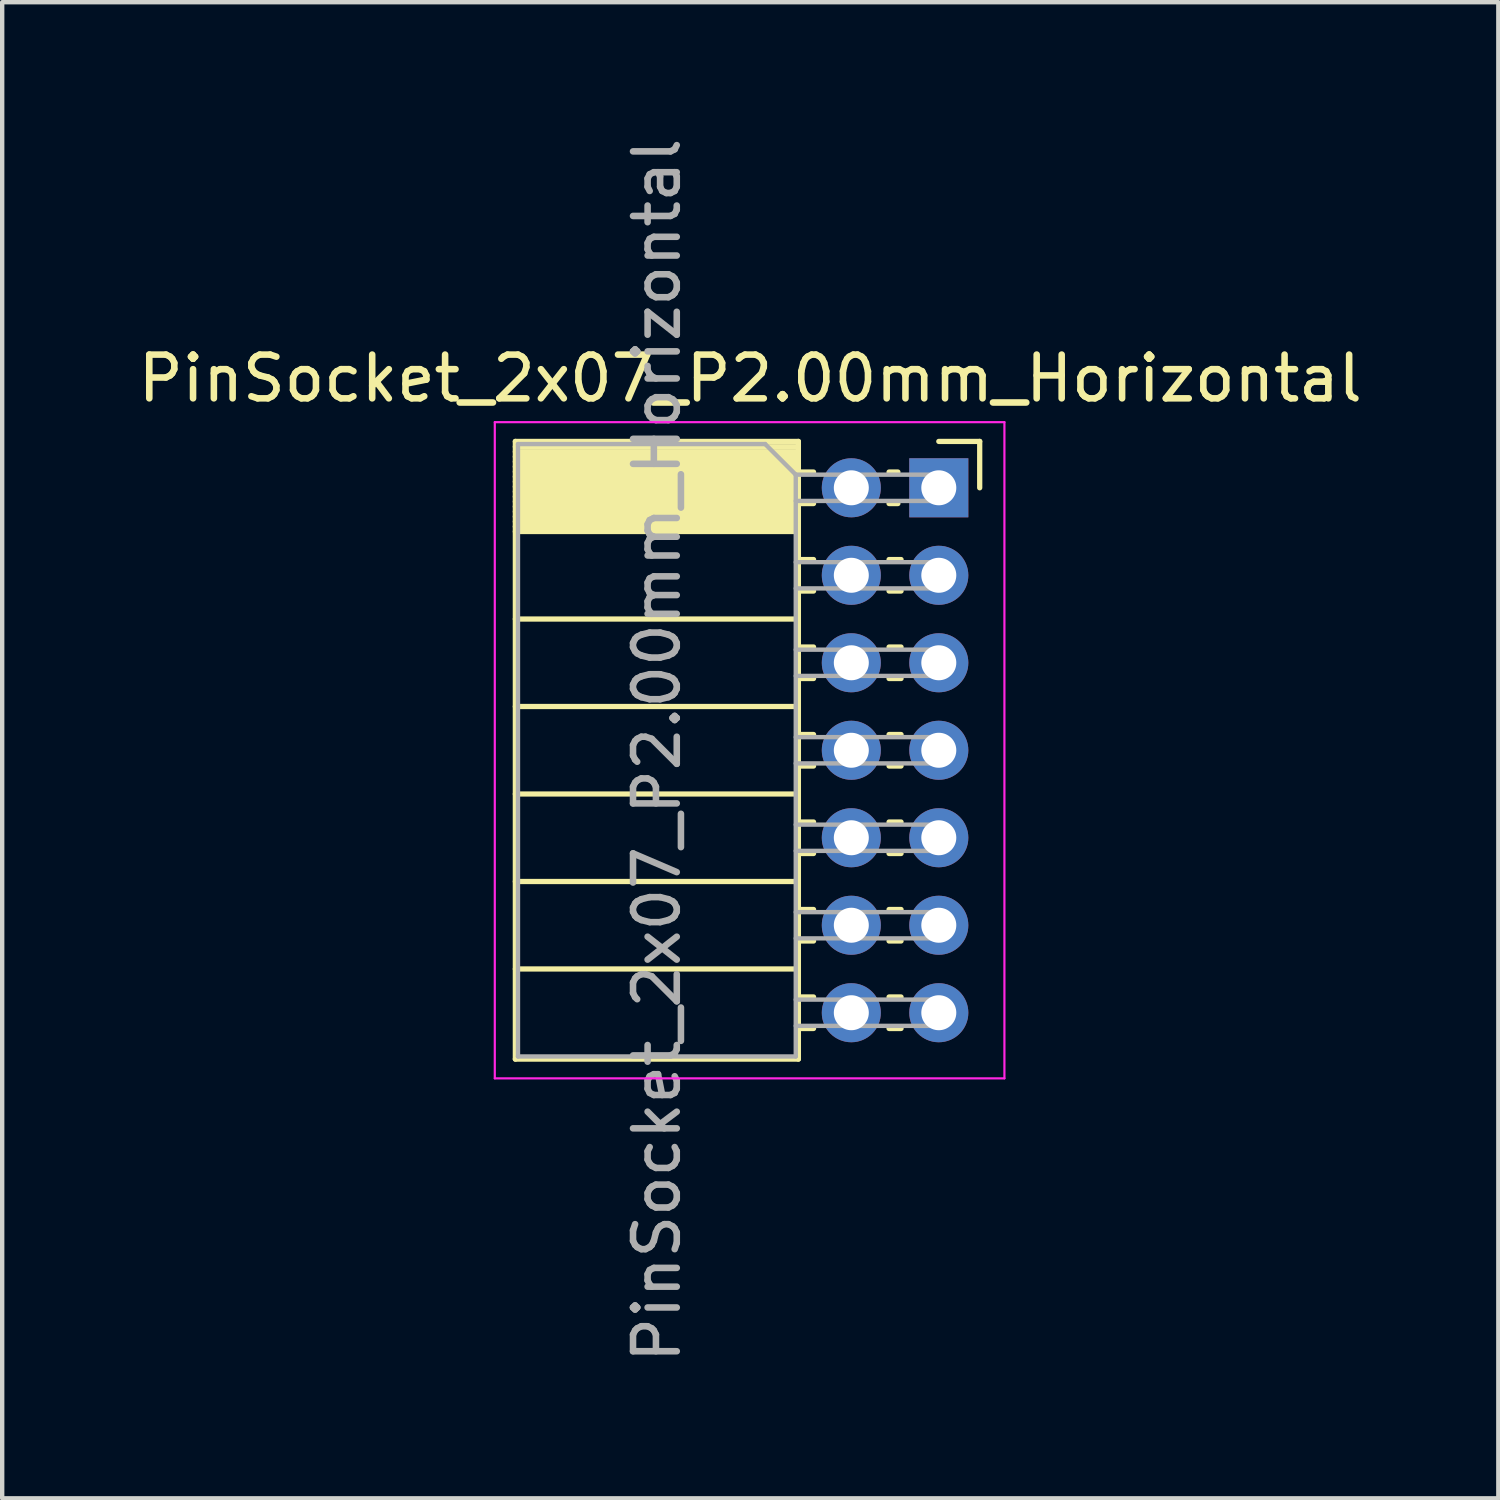
<source format=kicad_pcb>
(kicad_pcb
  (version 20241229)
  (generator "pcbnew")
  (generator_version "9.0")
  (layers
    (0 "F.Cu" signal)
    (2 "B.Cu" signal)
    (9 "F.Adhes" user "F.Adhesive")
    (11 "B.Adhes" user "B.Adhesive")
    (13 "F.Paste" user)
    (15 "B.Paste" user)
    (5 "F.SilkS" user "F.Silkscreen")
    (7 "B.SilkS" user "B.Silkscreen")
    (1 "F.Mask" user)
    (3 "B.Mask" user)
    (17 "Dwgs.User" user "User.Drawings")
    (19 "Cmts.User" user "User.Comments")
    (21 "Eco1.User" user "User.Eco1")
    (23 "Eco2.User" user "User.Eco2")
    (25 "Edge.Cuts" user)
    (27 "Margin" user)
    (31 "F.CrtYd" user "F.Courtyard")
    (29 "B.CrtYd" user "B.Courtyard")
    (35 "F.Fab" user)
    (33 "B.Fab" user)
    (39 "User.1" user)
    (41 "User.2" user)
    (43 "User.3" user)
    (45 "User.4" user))
  (footprint "PinSocket_2x07_P2.00mm_Horizontal"
    (layer "F.Cu")
    (at 18.411 8.101)
    (property "Reference" "PinSocket_2x07_P2.00mm_Horizontal" (at -4.31 -2.5 0) (layer "F.SilkS") (effects (font (size 1 1) (thickness 0.15))))
    (attr through_hole)
    (fp_line (start -9.68 -1.06) (end -9.68 13.06) (stroke (width 0.12) (type solid)) (layer "F.SilkS"))
    (fp_line (start -9.68 -1.06) (end -3.21 -1.06) (stroke (width 0.12) (type solid)) (layer "F.SilkS"))
    (fp_line (start -9.68 -0.94) (end -3.21 -0.94) (stroke (width 0.12) (type solid)) (layer "F.SilkS"))
    (fp_line (start -9.68 -0.826) (end -3.21 -0.826) (stroke (width 0.12) (type solid)) (layer "F.SilkS"))
    (fp_line (start -9.68 -0.712) (end -3.21 -0.712) (stroke (width 0.12) (type solid)) (layer "F.SilkS"))
    (fp_line (start -9.68 -0.598) (end -3.21 -0.598) (stroke (width 0.12) (type solid)) (layer "F.SilkS"))
    (fp_line (start -9.68 -0.484) (end -3.21 -0.484) (stroke (width 0.12) (type solid)) (layer "F.SilkS"))
    (fp_line (start -9.68 -0.369) (end -3.21 -0.369) (stroke (width 0.12) (type solid)) (layer "F.SilkS"))
    (fp_line (start -9.68 -0.255) (end -3.21 -0.255) (stroke (width 0.12) (type solid)) (layer "F.SilkS"))
    (fp_line (start -9.68 -0.141) (end -3.21 -0.141) (stroke (width 0.12) (type solid)) (layer "F.SilkS"))
    (fp_line (start -9.68 -0.027) (end -3.21 -0.027) (stroke (width 0.12) (type solid)) (layer "F.SilkS"))
    (fp_line (start -9.68 0.087) (end -3.21 0.087) (stroke (width 0.12) (type solid)) (layer "F.SilkS"))
    (fp_line (start -9.68 0.201) (end -3.21 0.201) (stroke (width 0.12) (type solid)) (layer "F.SilkS"))
    (fp_line (start -9.68 0.315) (end -3.21 0.315) (stroke (width 0.12) (type solid)) (layer "F.SilkS"))
    (fp_line (start -9.68 0.429) (end -3.21 0.429) (stroke (width 0.12) (type solid)) (layer "F.SilkS"))
    (fp_line (start -9.68 0.544) (end -3.21 0.544) (stroke (width 0.12) (type solid)) (layer "F.SilkS"))
    (fp_line (start -9.68 0.658) (end -3.21 0.658) (stroke (width 0.12) (type solid)) (layer "F.SilkS"))
    (fp_line (start -9.68 0.772) (end -3.21 0.772) (stroke (width 0.12) (type solid)) (layer "F.SilkS"))
    (fp_line (start -9.68 0.886) (end -3.21 0.886) (stroke (width 0.12) (type solid)) (layer "F.SilkS"))
    (fp_line (start -9.68 1) (end -3.21 1) (stroke (width 0.12) (type solid)) (layer "F.SilkS"))
    (fp_line (start -9.68 3) (end -3.21 3) (stroke (width 0.12) (type solid)) (layer "F.SilkS"))
    (fp_line (start -9.68 5) (end -3.21 5) (stroke (width 0.12) (type solid)) (layer "F.SilkS"))
    (fp_line (start -9.68 7) (end -3.21 7) (stroke (width 0.12) (type solid)) (layer "F.SilkS"))
    (fp_line (start -9.68 9) (end -3.21 9) (stroke (width 0.12) (type solid)) (layer "F.SilkS"))
    (fp_line (start -9.68 11) (end -3.21 11) (stroke (width 0.12) (type solid)) (layer "F.SilkS"))
    (fp_line (start -9.68 13.06) (end -3.21 13.06) (stroke (width 0.12) (type solid)) (layer "F.SilkS"))
    (fp_line (start -3.21 -1.06) (end -3.21 13.06) (stroke (width 0.12) (type solid)) (layer "F.SilkS"))
    (fp_line (start -3.21 -0.36) (end -2.863 -0.36) (stroke (width 0.12) (type solid)) (layer "F.SilkS"))
    (fp_line (start -3.21 0.36) (end -2.863 0.36) (stroke (width 0.12) (type solid)) (layer "F.SilkS"))
    (fp_line (start -3.21 1.64) (end -2.863 1.64) (stroke (width 0.12) (type solid)) (layer "F.SilkS"))
    (fp_line (start -3.21 2.36) (end -2.863 2.36) (stroke (width 0.12) (type solid)) (layer "F.SilkS"))
    (fp_line (start -3.21 3.64) (end -2.863 3.64) (stroke (width 0.12) (type solid)) (layer "F.SilkS"))
    (fp_line (start -3.21 4.36) (end -2.863 4.36) (stroke (width 0.12) (type solid)) (layer "F.SilkS"))
    (fp_line (start -3.21 5.64) (end -2.863 5.64) (stroke (width 0.12) (type solid)) (layer "F.SilkS"))
    (fp_line (start -3.21 6.36) (end -2.863 6.36) (stroke (width 0.12) (type solid)) (layer "F.SilkS"))
    (fp_line (start -3.21 7.64) (end -2.863 7.64) (stroke (width 0.12) (type solid)) (layer "F.SilkS"))
    (fp_line (start -3.21 8.36) (end -2.863 8.36) (stroke (width 0.12) (type solid)) (layer "F.SilkS"))
    (fp_line (start -3.21 9.64) (end -2.863 9.64) (stroke (width 0.12) (type solid)) (layer "F.SilkS"))
    (fp_line (start -3.21 10.36) (end -2.863 10.36) (stroke (width 0.12) (type solid)) (layer "F.SilkS"))
    (fp_line (start -3.21 11.64) (end -2.863 11.64) (stroke (width 0.12) (type solid)) (layer "F.SilkS"))
    (fp_line (start -3.21 12.36) (end -2.863 12.36) (stroke (width 0.12) (type solid)) (layer "F.SilkS"))
    (fp_line (start -1.137 -0.36) (end -0.935 -0.36) (stroke (width 0.12) (type solid)) (layer "F.SilkS"))
    (fp_line (start -1.137 0.36) (end -0.935 0.36) (stroke (width 0.12) (type solid)) (layer "F.SilkS"))
    (fp_line (start -1.137 1.64) (end -0.863 1.64) (stroke (width 0.12) (type solid)) (layer "F.SilkS"))
    (fp_line (start -1.137 2.36) (end -0.863 2.36) (stroke (width 0.12) (type solid)) (layer "F.SilkS"))
    (fp_line (start -1.137 3.64) (end -0.863 3.64) (stroke (width 0.12) (type solid)) (layer "F.SilkS"))
    (fp_line (start -1.137 4.36) (end -0.863 4.36) (stroke (width 0.12) (type solid)) (layer "F.SilkS"))
    (fp_line (start -1.137 5.64) (end -0.863 5.64) (stroke (width 0.12) (type solid)) (layer "F.SilkS"))
    (fp_line (start -1.137 6.36) (end -0.863 6.36) (stroke (width 0.12) (type solid)) (layer "F.SilkS"))
    (fp_line (start -1.137 7.64) (end -0.863 7.64) (stroke (width 0.12) (type solid)) (layer "F.SilkS"))
    (fp_line (start -1.137 8.36) (end -0.863 8.36) (stroke (width 0.12) (type solid)) (layer "F.SilkS"))
    (fp_line (start -1.137 9.64) (end -0.863 9.64) (stroke (width 0.12) (type solid)) (layer "F.SilkS"))
    (fp_line (start -1.137 10.36) (end -0.863 10.36) (stroke (width 0.12) (type solid)) (layer "F.SilkS"))
    (fp_line (start -1.137 11.64) (end -0.863 11.64) (stroke (width 0.12) (type solid)) (layer "F.SilkS"))
    (fp_line (start -1.137 12.36) (end -0.863 12.36) (stroke (width 0.12) (type solid)) (layer "F.SilkS"))
    (fp_line (start 0 -1.06) (end 0.935 -1.06) (stroke (width 0.12) (type solid)) (layer "F.SilkS"))
    (fp_line (start 0.935 -1.06) (end 0.935 0) (stroke (width 0.12) (type solid)) (layer "F.SilkS"))
    (fp_line (start -10.15 -1.5) (end -10.15 13.5) (stroke (width 0.05) (type solid)) (layer "F.CrtYd"))
    (fp_line (start -10.15 13.5) (end 1.5 13.5) (stroke (width 0.05) (type solid)) (layer "F.CrtYd"))
    (fp_line (start 1.5 -1.5) (end -10.15 -1.5) (stroke (width 0.05) (type solid)) (layer "F.CrtYd"))
    (fp_line (start 1.5 13.5) (end 1.5 -1.5) (stroke (width 0.05) (type solid)) (layer "F.CrtYd"))
    (fp_line (start -9.62 -1) (end -3.97 -1) (stroke (width 0.1) (type solid)) (layer "F.Fab"))
    (fp_line (start -9.62 13) (end -9.62 -1) (stroke (width 0.1) (type solid)) (layer "F.Fab"))
    (fp_line (start -3.97 -1) (end -3.27 -0.3) (stroke (width 0.1) (type solid)) (layer "F.Fab"))
    (fp_line (start -3.27 -0.3) (end -3.27 13) (stroke (width 0.1) (type solid)) (layer "F.Fab"))
    (fp_line (start -3.27 0.3) (end 0 0.3) (stroke (width 0.1) (type solid)) (layer "F.Fab"))
    (fp_line (start -3.27 2.3) (end 0 2.3) (stroke (width 0.1) (type solid)) (layer "F.Fab"))
    (fp_line (start -3.27 4.3) (end 0 4.3) (stroke (width 0.1) (type solid)) (layer "F.Fab"))
    (fp_line (start -3.27 6.3) (end 0 6.3) (stroke (width 0.1) (type solid)) (layer "F.Fab"))
    (fp_line (start -3.27 8.3) (end 0 8.3) (stroke (width 0.1) (type solid)) (layer "F.Fab"))
    (fp_line (start -3.27 10.3) (end 0 10.3) (stroke (width 0.1) (type solid)) (layer "F.Fab"))
    (fp_line (start -3.27 12.3) (end 0 12.3) (stroke (width 0.1) (type solid)) (layer "F.Fab"))
    (fp_line (start -3.27 13) (end -9.62 13) (stroke (width 0.1) (type solid)) (layer "F.Fab"))
    (fp_line (start 0 -0.3) (end -3.27 -0.3) (stroke (width 0.1) (type solid)) (layer "F.Fab"))
    (fp_line (start 0 0.3) (end 0 -0.3) (stroke (width 0.1) (type solid)) (layer "F.Fab"))
    (fp_line (start 0 1.7) (end -3.27 1.7) (stroke (width 0.1) (type solid)) (layer "F.Fab"))
    (fp_line (start 0 2.3) (end 0 1.7) (stroke (width 0.1) (type solid)) (layer "F.Fab"))
    (fp_line (start 0 3.7) (end -3.27 3.7) (stroke (width 0.1) (type solid)) (layer "F.Fab"))
    (fp_line (start 0 4.3) (end 0 3.7) (stroke (width 0.1) (type solid)) (layer "F.Fab"))
    (fp_line (start 0 5.7) (end -3.27 5.7) (stroke (width 0.1) (type solid)) (layer "F.Fab"))
    (fp_line (start 0 6.3) (end 0 5.7) (stroke (width 0.1) (type solid)) (layer "F.Fab"))
    (fp_line (start 0 7.7) (end -3.27 7.7) (stroke (width 0.1) (type solid)) (layer "F.Fab"))
    (fp_line (start 0 8.3) (end 0 7.7) (stroke (width 0.1) (type solid)) (layer "F.Fab"))
    (fp_line (start 0 9.7) (end -3.27 9.7) (stroke (width 0.1) (type solid)) (layer "F.Fab"))
    (fp_line (start 0 10.3) (end 0 9.7) (stroke (width 0.1) (type solid)) (layer "F.Fab"))
    (fp_line (start 0 11.7) (end -3.27 11.7) (stroke (width 0.1) (type solid)) (layer "F.Fab"))
    (fp_line (start 0 12.3) (end 0 11.7) (stroke (width 0.1) (type solid)) (layer "F.Fab"))
    (fp_text user "${REFERENCE}" (at -6.445 6 90) (layer "F.Fab") (effects (font (size 1 1) (thickness 0.15))))
    (pad "1" thru_hole rect (at 0 0) (size 1.35 1.35) (drill 0.8) (layers "*.Cu" "*.Mask"))
    (pad "2" thru_hole oval (at -2 0) (size 1.35 1.35) (drill 0.8) (layers "*.Cu" "*.Mask"))
    (pad "3" thru_hole oval (at 0 2) (size 1.35 1.35) (drill 0.8) (layers "*.Cu" "*.Mask"))
    (pad "4" thru_hole oval (at -2 2) (size 1.35 1.35) (drill 0.8) (layers "*.Cu" "*.Mask"))
    (pad "5" thru_hole oval (at 0 4) (size 1.35 1.35) (drill 0.8) (layers "*.Cu" "*.Mask"))
    (pad "6" thru_hole oval (at -2 4) (size 1.35 1.35) (drill 0.8) (layers "*.Cu" "*.Mask"))
    (pad "7" thru_hole oval (at 0 6) (size 1.35 1.35) (drill 0.8) (layers "*.Cu" "*.Mask"))
    (pad "8" thru_hole oval (at -2 6) (size 1.35 1.35) (drill 0.8) (layers "*.Cu" "*.Mask"))
    (pad "9" thru_hole oval (at 0 8) (size 1.35 1.35) (drill 0.8) (layers "*.Cu" "*.Mask"))
    (pad "10" thru_hole oval (at -2 8) (size 1.35 1.35) (drill 0.8) (layers "*.Cu" "*.Mask"))
    (pad "11" thru_hole oval (at 0 10) (size 1.35 1.35) (drill 0.8) (layers "*.Cu" "*.Mask"))
    (pad "12" thru_hole oval (at -2 10) (size 1.35 1.35) (drill 0.8) (layers "*.Cu" "*.Mask"))
    (pad "13" thru_hole oval (at 0 12) (size 1.35 1.35) (drill 0.8) (layers "*.Cu" "*.Mask"))
    (pad "14" thru_hole oval (at -2 12) (size 1.35 1.35) (drill 0.8) (layers "*.Cu" "*.Mask")))
  (gr_rect
    (start -3 -3)
    (end 31.202 31.202)
    (stroke (width 0.1) (type default))
    (fill no)
    (layer "Edge.Cuts")))
</source>
